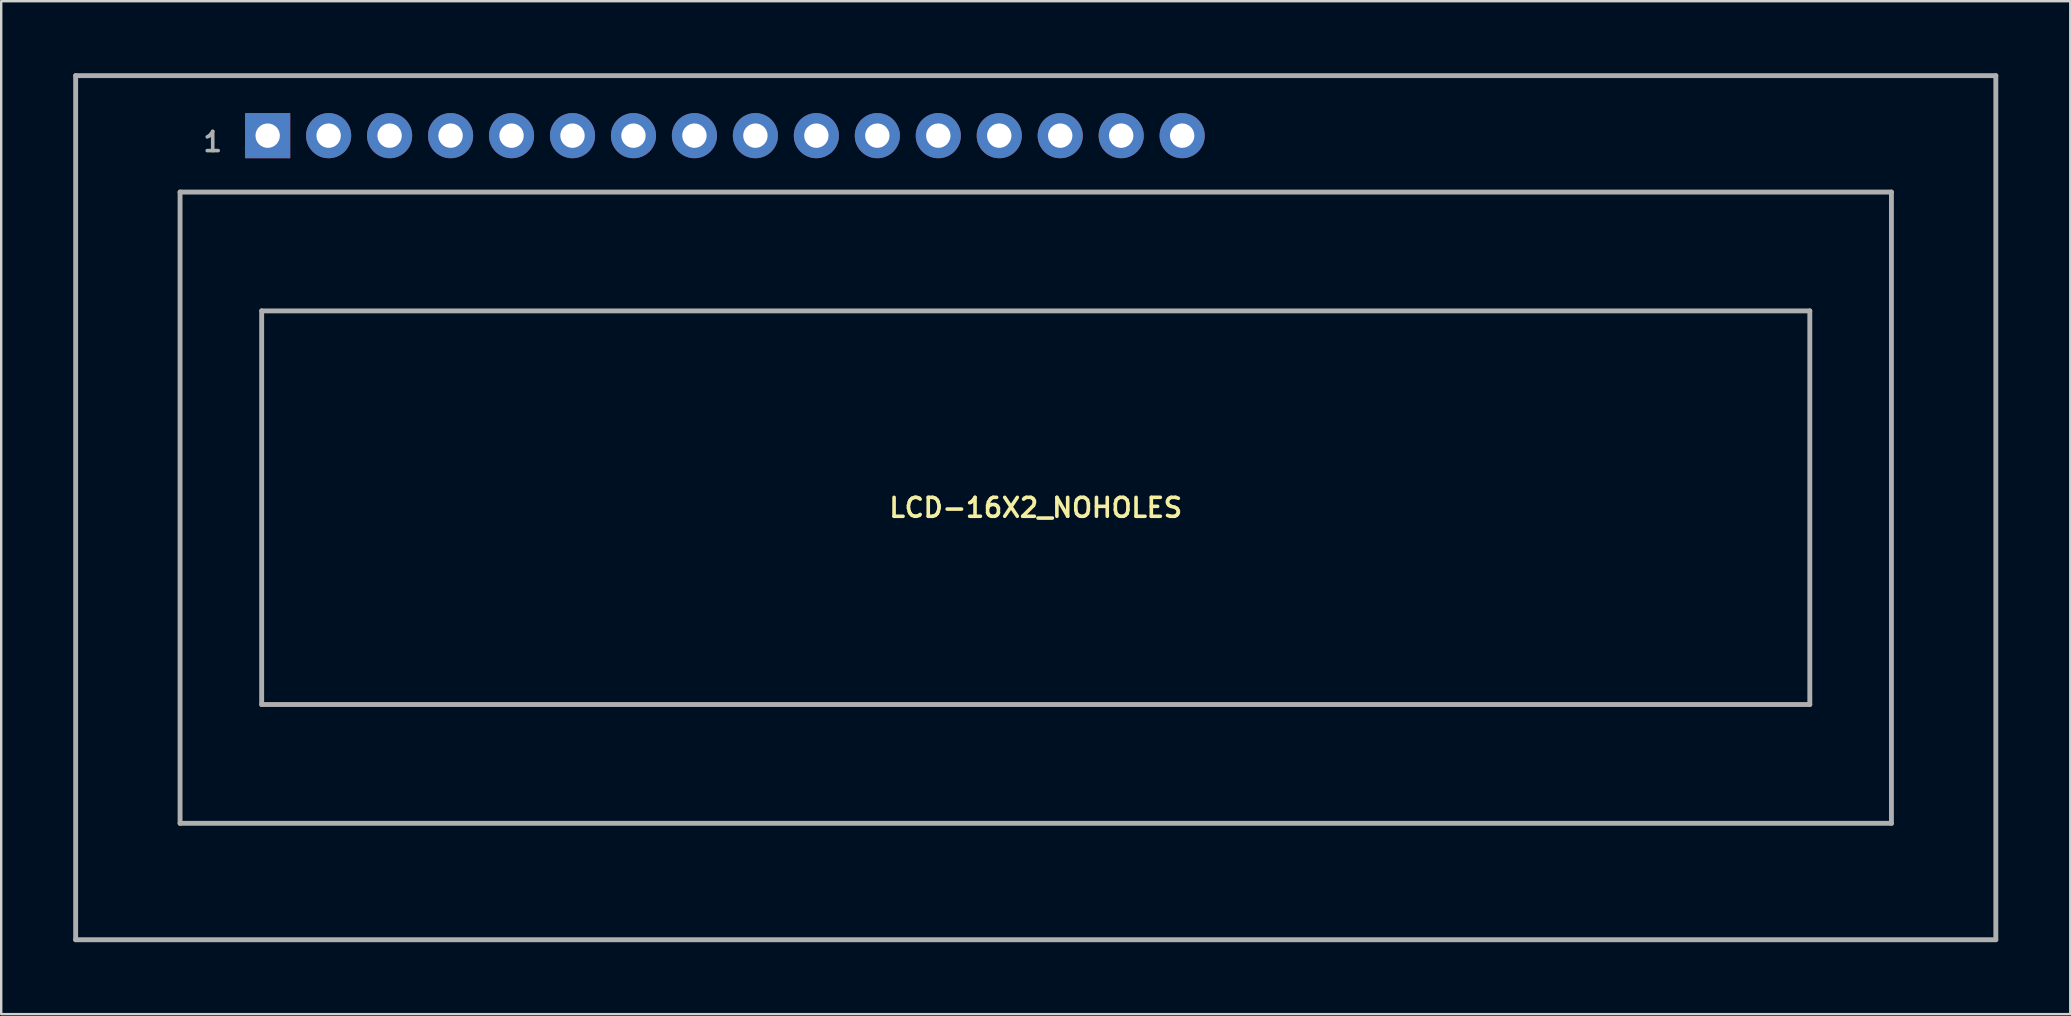
<source format=kicad_pcb>
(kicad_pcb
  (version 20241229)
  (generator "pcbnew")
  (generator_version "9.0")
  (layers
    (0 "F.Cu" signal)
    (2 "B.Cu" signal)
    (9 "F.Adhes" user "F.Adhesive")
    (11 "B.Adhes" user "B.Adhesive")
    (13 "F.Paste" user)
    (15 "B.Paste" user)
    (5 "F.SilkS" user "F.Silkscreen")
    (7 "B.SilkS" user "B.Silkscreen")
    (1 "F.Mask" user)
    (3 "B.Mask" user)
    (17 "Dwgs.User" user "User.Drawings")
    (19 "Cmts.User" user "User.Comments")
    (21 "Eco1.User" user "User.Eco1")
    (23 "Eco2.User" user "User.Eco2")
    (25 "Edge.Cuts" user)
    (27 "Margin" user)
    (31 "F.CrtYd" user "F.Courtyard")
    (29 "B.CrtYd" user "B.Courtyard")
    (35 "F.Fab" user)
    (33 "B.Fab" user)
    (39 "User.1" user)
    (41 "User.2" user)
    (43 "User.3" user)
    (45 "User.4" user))
  (footprint "LCD-16X2_NOHOLES"
    (layer "F.Cu")
    (at 40.102 18.102)
    (property "Reference" "LCD-16X2_NOHOLES" (at 0 0 0) (layer "F.SilkS") (effects (font (size 0.787 0.787) (thickness 0.15))))
    (attr through_hole)
    (fp_line (start -40 -18) (end 40 -18) (stroke (width 0.203) (type solid)) (layer "F.Fab"))
    (fp_line (start -40 18) (end -40 -18) (stroke (width 0.203) (type solid)) (layer "F.Fab"))
    (fp_line (start -35.65 -13.15) (end 35.65 -13.15) (stroke (width 0.203) (type solid)) (layer "F.Fab"))
    (fp_line (start -35.65 13.15) (end -35.65 -13.15) (stroke (width 0.203) (type solid)) (layer "F.Fab"))
    (fp_line (start -32.25 -8.2) (end 32.25 -8.2) (stroke (width 0.203) (type solid)) (layer "F.Fab"))
    (fp_line (start -32.25 8.2) (end -32.25 -8.2) (stroke (width 0.203) (type solid)) (layer "F.Fab"))
    (fp_line (start 32.25 -8.2) (end 32.25 8.2) (stroke (width 0.203) (type solid)) (layer "F.Fab"))
    (fp_line (start 32.25 8.2) (end -32.25 8.2) (stroke (width 0.203) (type solid)) (layer "F.Fab"))
    (fp_line (start 35.65 -13.15) (end 35.65 13.15) (stroke (width 0.203) (type solid)) (layer "F.Fab"))
    (fp_line (start 35.65 13.15) (end -35.65 13.15) (stroke (width 0.203) (type solid)) (layer "F.Fab"))
    (fp_line (start 40 -18) (end 40 18) (stroke (width 0.203) (type solid)) (layer "F.Fab"))
    (fp_line (start 40 18) (end -40 18) (stroke (width 0.203) (type solid)) (layer "F.Fab"))
    (fp_text user "1" (at -34.29 -15.24 0) (layer "F.Fab") (effects (font (size 0.8 0.8) (thickness 0.15))))
    (pad "1" thru_hole rect (at -32 -15.5) (size 1.88 1.88) (drill 1.016) (layers "*.Cu" "*.Mask"))
    (pad "2" thru_hole circle (at -29.46 -15.5) (size 1.88 1.88) (drill 1.016) (layers "*.Cu" "*.Mask"))
    (pad "3" thru_hole circle (at -26.92 -15.5) (size 1.88 1.88) (drill 1.016) (layers "*.Cu" "*.Mask"))
    (pad "4" thru_hole circle (at -24.38 -15.5) (size 1.88 1.88) (drill 1.016) (layers "*.Cu" "*.Mask"))
    (pad "5" thru_hole circle (at -21.84 -15.5) (size 1.88 1.88) (drill 1.016) (layers "*.Cu" "*.Mask"))
    (pad "6" thru_hole circle (at -19.3 -15.5) (size 1.88 1.88) (drill 1.016) (layers "*.Cu" "*.Mask"))
    (pad "7" thru_hole circle (at -16.76 -15.5) (size 1.88 1.88) (drill 1.016) (layers "*.Cu" "*.Mask"))
    (pad "8" thru_hole circle (at -14.22 -15.5) (size 1.88 1.88) (drill 1.016) (layers "*.Cu" "*.Mask"))
    (pad "9" thru_hole circle (at -11.68 -15.5) (size 1.88 1.88) (drill 1.016) (layers "*.Cu" "*.Mask"))
    (pad "10" thru_hole circle (at -9.14 -15.5) (size 1.88 1.88) (drill 1.016) (layers "*.Cu" "*.Mask"))
    (pad "11" thru_hole circle (at -6.6 -15.5) (size 1.88 1.88) (drill 1.016) (layers "*.Cu" "*.Mask"))
    (pad "12" thru_hole circle (at -4.06 -15.5) (size 1.88 1.88) (drill 1.016) (layers "*.Cu" "*.Mask"))
    (pad "13" thru_hole circle (at -1.52 -15.5) (size 1.88 1.88) (drill 1.016) (layers "*.Cu" "*.Mask"))
    (pad "14" thru_hole circle (at 1.02 -15.5) (size 1.88 1.88) (drill 1.016) (layers "*.Cu" "*.Mask"))
    (pad "15" thru_hole circle (at 3.56 -15.5) (size 1.88 1.88) (drill 1.016) (layers "*.Cu" "*.Mask"))
    (pad "16" thru_hole circle (at 6.1 -15.5) (size 1.88 1.88) (drill 1.016) (layers "*.Cu" "*.Mask")))
  (gr_rect
    (start -3 -3)
    (end 83.203 39.203)
    (stroke (width 0.1) (type default))
    (fill no)
    (layer "Edge.Cuts")))
</source>
